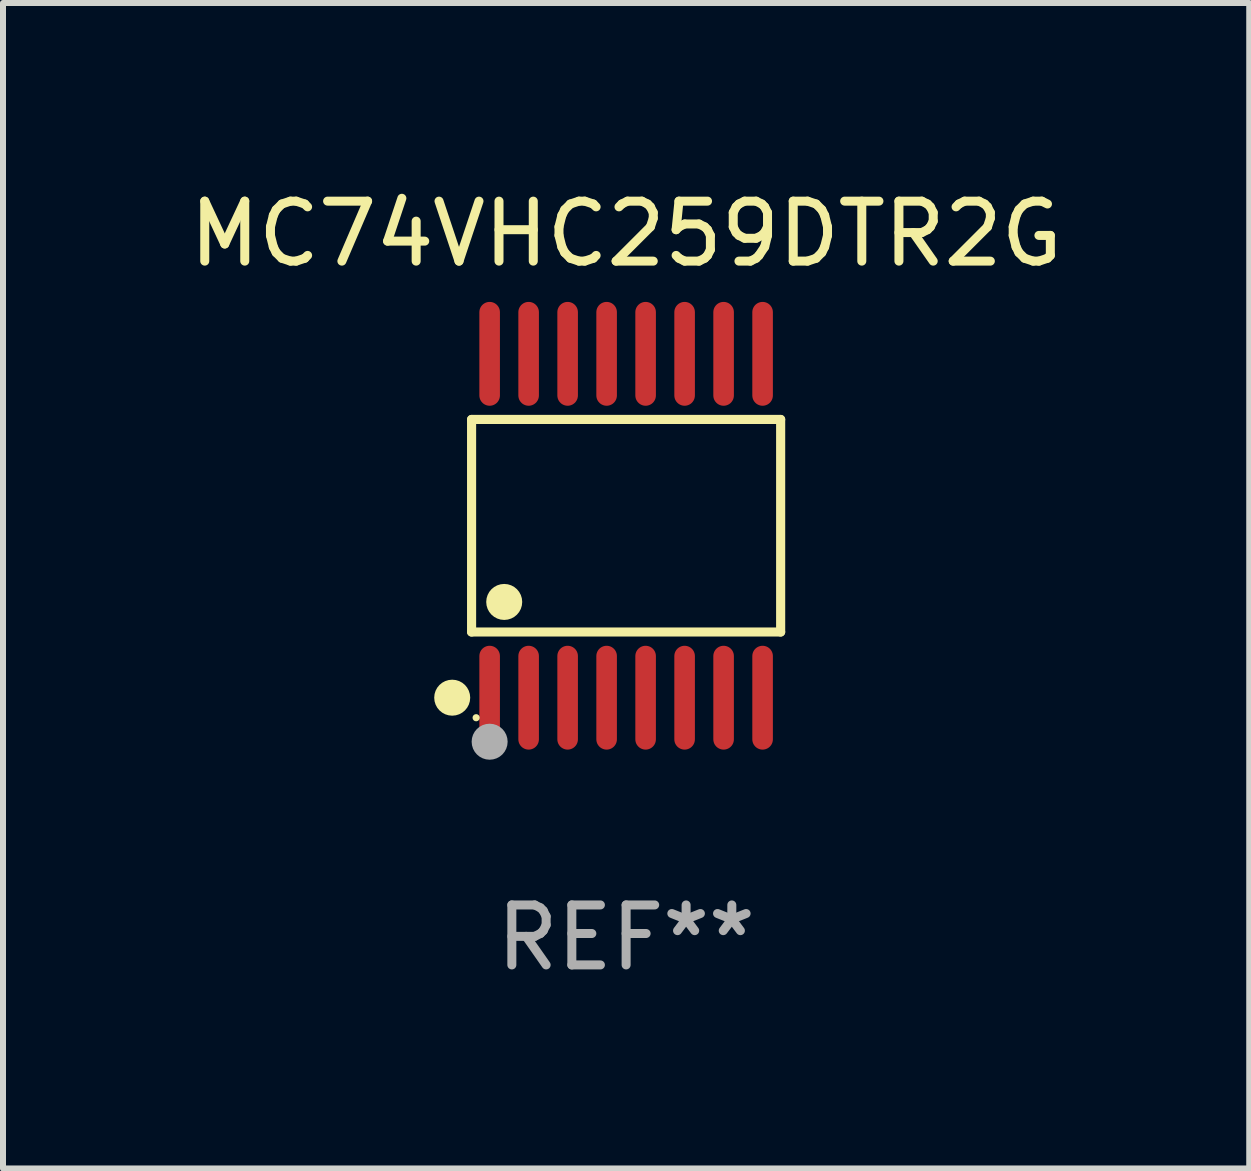
<source format=kicad_pcb>
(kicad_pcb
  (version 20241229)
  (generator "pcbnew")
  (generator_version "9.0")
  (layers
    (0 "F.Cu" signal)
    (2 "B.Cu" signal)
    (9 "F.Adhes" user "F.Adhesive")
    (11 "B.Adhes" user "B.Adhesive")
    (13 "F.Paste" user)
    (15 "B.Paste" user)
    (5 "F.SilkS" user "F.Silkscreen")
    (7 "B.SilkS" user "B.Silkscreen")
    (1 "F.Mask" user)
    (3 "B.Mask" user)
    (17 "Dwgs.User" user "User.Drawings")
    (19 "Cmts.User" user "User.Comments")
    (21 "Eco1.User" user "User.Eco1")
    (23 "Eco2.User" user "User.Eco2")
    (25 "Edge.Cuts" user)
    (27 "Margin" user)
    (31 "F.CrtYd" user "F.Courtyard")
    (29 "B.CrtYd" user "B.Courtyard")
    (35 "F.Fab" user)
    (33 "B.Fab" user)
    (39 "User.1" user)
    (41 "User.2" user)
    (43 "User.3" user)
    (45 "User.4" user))
  (footprint "MC74VHC259DTR2G"
    (layer "F.Cu")
    (at 7.387 5.714)
    (property "Reference" "MC74VHC259DTR2G" (at 0 -4.866 0) (layer "F.SilkS") (effects (font (size 1 1) (thickness 0.15))))
    (attr through_hole)
    (fp_line (start -2.576 -1.772) (end 2.576 -1.772) (stroke (width 0.152) (type solid)) (layer "F.SilkS"))
    (fp_line (start -2.576 1.771) (end -2.576 -1.772) (stroke (width 0.152) (type solid)) (layer "F.SilkS"))
    (fp_line (start 2.576 -1.772) (end 2.576 1.771) (stroke (width 0.152) (type solid)) (layer "F.SilkS"))
    (fp_line (start 2.576 1.771) (end -2.576 1.771) (stroke (width 0.152) (type solid)) (layer "F.SilkS"))
    (fp_circle (center -2.899 2.866) (end -2.749 2.866) (stroke (width 0.3) (type solid)) (fill no) (layer "F.SilkS"))
    (fp_circle (center -2.5 3.2) (end -2.47 3.2) (stroke (width 0.06) (type solid)) (fill no) (layer "F.SilkS"))
    (fp_circle (center -2.032 1.27) (end -1.882 1.27) (stroke (width 0.3) (type solid)) (fill no) (layer "F.SilkS"))
    (fp_circle (center -2.275 3.6) (end -2.125 3.6) (stroke (width 0.3) (type solid)) (fill no) (layer "F.Fab"))
    (fp_text user "REF**" (at 0 6.866 0) (layer "F.Fab") (effects (font (size 1 1) (thickness 0.15))))
    (pad "1" smd oval (at -2.275 2.866) (size 0.343 1.731) (layers "F.Cu" "F.Mask" "F.Paste"))
    (pad "2" smd oval (at -1.625 2.866) (size 0.343 1.731) (layers "F.Cu" "F.Mask" "F.Paste"))
    (pad "3" smd oval (at -0.975 2.866) (size 0.343 1.731) (layers "F.Cu" "F.Mask" "F.Paste"))
    (pad "4" smd oval (at -0.325 2.866) (size 0.343 1.731) (layers "F.Cu" "F.Mask" "F.Paste"))
    (pad "5" smd oval (at 0.325 2.866) (size 0.343 1.731) (layers "F.Cu" "F.Mask" "F.Paste"))
    (pad "6" smd oval (at 0.975 2.866) (size 0.343 1.731) (layers "F.Cu" "F.Mask" "F.Paste"))
    (pad "7" smd oval (at 1.625 2.866) (size 0.343 1.731) (layers "F.Cu" "F.Mask" "F.Paste"))
    (pad "8" smd oval (at 2.275 2.866) (size 0.343 1.731) (layers "F.Cu" "F.Mask" "F.Paste"))
    (pad "9" smd oval (at 2.275 -2.866) (size 0.343 1.731) (layers "F.Cu" "F.Mask" "F.Paste"))
    (pad "10" smd oval (at 1.625 -2.866) (size 0.343 1.731) (layers "F.Cu" "F.Mask" "F.Paste"))
    (pad "11" smd oval (at 0.975 -2.866) (size 0.343 1.731) (layers "F.Cu" "F.Mask" "F.Paste"))
    (pad "12" smd oval (at 0.325 -2.866) (size 0.343 1.731) (layers "F.Cu" "F.Mask" "F.Paste"))
    (pad "13" smd oval (at -0.325 -2.866) (size 0.343 1.731) (layers "F.Cu" "F.Mask" "F.Paste"))
    (pad "14" smd oval (at -0.975 -2.866) (size 0.343 1.731) (layers "F.Cu" "F.Mask" "F.Paste"))
    (pad "15" smd oval (at -1.625 -2.866) (size 0.343 1.731) (layers "F.Cu" "F.Mask" "F.Paste"))
    (pad "16" smd oval (at -2.275 -2.866) (size 0.343 1.731) (layers "F.Cu" "F.Mask" "F.Paste")))
  (gr_rect
    (start -3 -3)
    (end 17.774 16.428)
    (stroke (width 0.1) (type default))
    (fill no)
    (layer "Edge.Cuts")))
</source>
